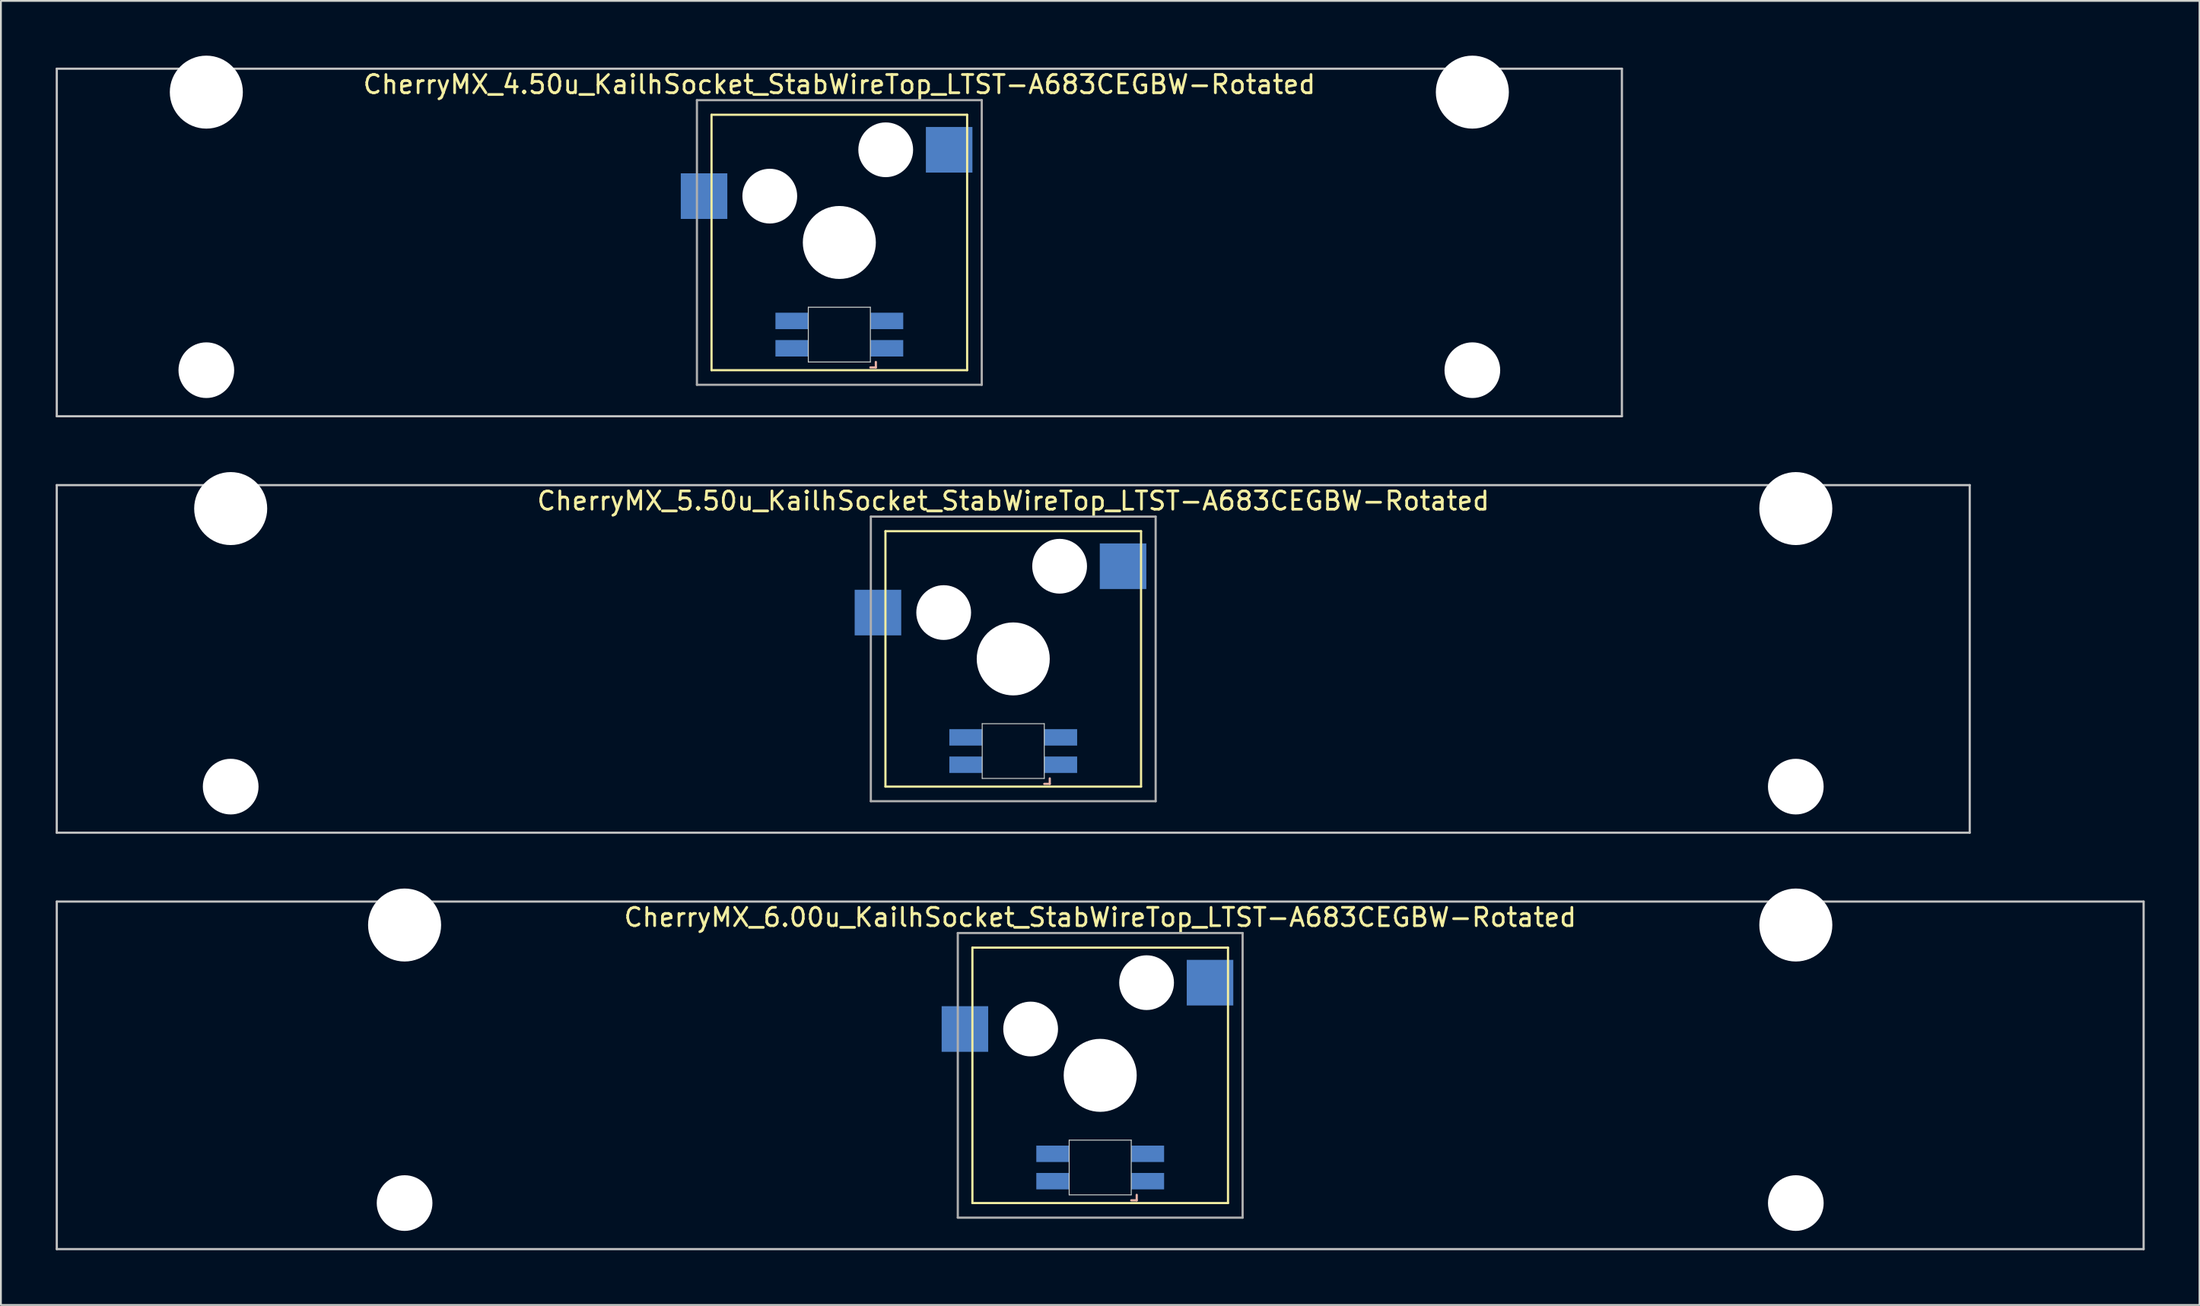
<source format=kicad_pcb>
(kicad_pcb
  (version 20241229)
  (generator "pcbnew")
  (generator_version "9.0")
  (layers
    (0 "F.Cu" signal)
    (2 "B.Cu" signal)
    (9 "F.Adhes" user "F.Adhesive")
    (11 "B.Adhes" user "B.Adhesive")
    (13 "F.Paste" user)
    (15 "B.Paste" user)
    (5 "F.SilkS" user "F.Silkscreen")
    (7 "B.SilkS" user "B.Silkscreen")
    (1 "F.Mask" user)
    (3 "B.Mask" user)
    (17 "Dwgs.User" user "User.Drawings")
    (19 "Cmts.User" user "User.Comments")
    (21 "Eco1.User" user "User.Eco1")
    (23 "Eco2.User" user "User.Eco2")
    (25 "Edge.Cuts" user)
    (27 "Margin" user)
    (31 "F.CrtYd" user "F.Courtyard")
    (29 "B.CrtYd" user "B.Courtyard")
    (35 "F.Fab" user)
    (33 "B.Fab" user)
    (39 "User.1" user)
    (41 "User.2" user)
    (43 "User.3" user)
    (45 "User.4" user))
  (footprint "CherryMX_5.50u_KailhSocket_StabWireTop_LTST-A683CEGBW-Rotated"
    (layer "F.Cu")
    (at 52.447 33.065)
    (property "Reference" "CherryMX_5.50u_KailhSocket_StabWireTop_LTST-A683CEGBW-Rotated" (at 0 -8.662 0) (layer "F.SilkS") (effects (font (size 1 1) (thickness 0.15))))
    (attr through_hole)
    (fp_line (start -7 -7) (end -7 7) (stroke (width 0.12) (type solid)) (layer "F.SilkS"))
    (fp_line (start -7 -7) (end 7 -7) (stroke (width 0.12) (type solid)) (layer "F.SilkS"))
    (fp_line (start 7 -7) (end 7 7) (stroke (width 0.12) (type solid)) (layer "F.SilkS"))
    (fp_line (start 7 7) (end -7 7) (stroke (width 0.12) (type solid)) (layer "F.SilkS"))
    (fp_line (start 1.7 6.85) (end 2 6.85) (stroke (width 0.12) (type solid)) (layer "B.SilkS"))
    (fp_line (start 2 6.85) (end 2 6.55) (stroke (width 0.12) (type solid)) (layer "B.SilkS"))
    (fp_line (start -52.388 -9.525) (end 52.388 -9.525) (stroke (width 0.12) (type solid)) (layer "Dwgs.User"))
    (fp_line (start -52.388 9.525) (end -52.388 -9.525) (stroke (width 0.12) (type solid)) (layer "Dwgs.User"))
    (fp_line (start 52.388 -9.525) (end 52.388 9.525) (stroke (width 0.12) (type solid)) (layer "Dwgs.User"))
    (fp_line (start 52.388 9.525) (end -52.388 9.525) (stroke (width 0.12) (type solid)) (layer "Dwgs.User"))
    (fp_line (start -1.7 3.55) (end 1.7 3.55) (stroke (width 0.05) (type solid)) (layer "Edge.Cuts"))
    (fp_line (start -1.7 6.55) (end -1.7 3.55) (stroke (width 0.05) (type solid)) (layer "Edge.Cuts"))
    (fp_line (start 1.7 3.55) (end 1.7 6.55) (stroke (width 0.05) (type solid)) (layer "Edge.Cuts"))
    (fp_line (start 1.7 6.55) (end -1.7 6.55) (stroke (width 0.05) (type solid)) (layer "Edge.Cuts"))
    (fp_line (start -7.8 -7.8) (end -7.8 7.8) (stroke (width 0.12) (type solid)) (layer "F.Fab"))
    (fp_line (start -7.8 -7.8) (end 7.8 -7.8) (stroke (width 0.12) (type solid)) (layer "F.Fab"))
    (fp_line (start -7.8 7.8) (end 7.8 7.8) (stroke (width 0.12) (type solid)) (layer "F.Fab"))
    (fp_line (start 7.8 -7.8) (end 7.8 7.8) (stroke (width 0.12) (type solid)) (layer "F.Fab"))
    (pad "" np_thru_hole circle (at -42.862 -8.24) (size 4 4) (drill 4) (layers "*.Cu" "*.Mask"))
    (pad "" np_thru_hole circle (at -42.862 7) (size 3.05 3.05) (drill 3.05) (layers "*.Cu" "*.Mask"))
    (pad "" np_thru_hole circle (at -3.81 -2.54) (size 3 3) (drill 3) (layers "*.Cu" "*.Mask"))
    (pad "" np_thru_hole circle (at 0 0) (size 4 4) (drill 4) (layers "*.Cu" "*.Mask"))
    (pad "" np_thru_hole circle (at 2.54 -5.08) (size 3 3) (drill 3) (layers "*.Cu" "*.Mask"))
    (pad "" np_thru_hole circle (at 42.862 -8.24) (size 4 4) (drill 4) (layers "*.Cu" "*.Mask"))
    (pad "" np_thru_hole circle (at 42.862 7) (size 3.05 3.05) (drill 3.05) (layers "*.Cu" "*.Mask"))
    (pad "1" smd rect (at -7.41 -2.54) (size 2.55 2.5) (layers "B.Cu" "B.Mask" "B.Paste"))
    (pad "2" smd rect (at 6.015 -5.08) (size 2.55 2.5) (layers "B.Cu" "B.Mask" "B.Paste"))
    (pad "3" smd rect (at 2.6 5.8) (size 1.8 0.9) (layers "B.Cu" "B.Mask" "B.Paste"))
    (pad "4" smd rect (at 2.6 4.3) (size 1.8 0.9) (layers "B.Cu" "B.Mask" "B.Paste"))
    (pad "5" smd rect (at -2.6 5.8) (size 1.8 0.9) (layers "B.Cu" "B.Mask" "B.Paste"))
    (pad "6" smd rect (at -2.6 4.3) (size 1.8 0.9) (layers "B.Cu" "B.Mask" "B.Paste")))
  (footprint "CherryMX_4.50u_KailhSocket_StabWireTop_LTST-A683CEGBW-Rotated"
    (layer "F.Cu")
    (at 42.922 10.24)
    (property "Reference" "CherryMX_4.50u_KailhSocket_StabWireTop_LTST-A683CEGBW-Rotated" (at 0 -8.662 0) (layer "F.SilkS") (effects (font (size 1 1) (thickness 0.15))))
    (attr through_hole)
    (fp_line (start -7 -7) (end -7 7) (stroke (width 0.12) (type solid)) (layer "F.SilkS"))
    (fp_line (start -7 -7) (end 7 -7) (stroke (width 0.12) (type solid)) (layer "F.SilkS"))
    (fp_line (start 7 -7) (end 7 7) (stroke (width 0.12) (type solid)) (layer "F.SilkS"))
    (fp_line (start 7 7) (end -7 7) (stroke (width 0.12) (type solid)) (layer "F.SilkS"))
    (fp_line (start 1.7 6.85) (end 2 6.85) (stroke (width 0.12) (type solid)) (layer "B.SilkS"))
    (fp_line (start 2 6.85) (end 2 6.55) (stroke (width 0.12) (type solid)) (layer "B.SilkS"))
    (fp_line (start -42.862 -9.525) (end 42.862 -9.525) (stroke (width 0.12) (type solid)) (layer "Dwgs.User"))
    (fp_line (start -42.862 9.525) (end -42.862 -9.525) (stroke (width 0.12) (type solid)) (layer "Dwgs.User"))
    (fp_line (start 42.862 -9.525) (end 42.862 9.525) (stroke (width 0.12) (type solid)) (layer "Dwgs.User"))
    (fp_line (start 42.862 9.525) (end -42.862 9.525) (stroke (width 0.12) (type solid)) (layer "Dwgs.User"))
    (fp_line (start -1.7 3.55) (end 1.7 3.55) (stroke (width 0.05) (type solid)) (layer "Edge.Cuts"))
    (fp_line (start -1.7 6.55) (end -1.7 3.55) (stroke (width 0.05) (type solid)) (layer "Edge.Cuts"))
    (fp_line (start 1.7 3.55) (end 1.7 6.55) (stroke (width 0.05) (type solid)) (layer "Edge.Cuts"))
    (fp_line (start 1.7 6.55) (end -1.7 6.55) (stroke (width 0.05) (type solid)) (layer "Edge.Cuts"))
    (fp_line (start -7.8 -7.8) (end -7.8 7.8) (stroke (width 0.12) (type solid)) (layer "F.Fab"))
    (fp_line (start -7.8 -7.8) (end 7.8 -7.8) (stroke (width 0.12) (type solid)) (layer "F.Fab"))
    (fp_line (start -7.8 7.8) (end 7.8 7.8) (stroke (width 0.12) (type solid)) (layer "F.Fab"))
    (fp_line (start 7.8 -7.8) (end 7.8 7.8) (stroke (width 0.12) (type solid)) (layer "F.Fab"))
    (pad "" np_thru_hole circle (at -34.671 -8.24) (size 4 4) (drill 4) (layers "*.Cu" "*.Mask"))
    (pad "" np_thru_hole circle (at -34.671 7) (size 3.05 3.05) (drill 3.05) (layers "*.Cu" "*.Mask"))
    (pad "" np_thru_hole circle (at -3.81 -2.54) (size 3 3) (drill 3) (layers "*.Cu" "*.Mask"))
    (pad "" np_thru_hole circle (at 0 0) (size 4 4) (drill 4) (layers "*.Cu" "*.Mask"))
    (pad "" np_thru_hole circle (at 2.54 -5.08) (size 3 3) (drill 3) (layers "*.Cu" "*.Mask"))
    (pad "" np_thru_hole circle (at 34.671 -8.24) (size 4 4) (drill 4) (layers "*.Cu" "*.Mask"))
    (pad "" np_thru_hole circle (at 34.671 7) (size 3.05 3.05) (drill 3.05) (layers "*.Cu" "*.Mask"))
    (pad "1" smd rect (at -7.41 -2.54) (size 2.55 2.5) (layers "B.Cu" "B.Mask" "B.Paste"))
    (pad "2" smd rect (at 6.015 -5.08) (size 2.55 2.5) (layers "B.Cu" "B.Mask" "B.Paste"))
    (pad "3" smd rect (at 2.6 5.8) (size 1.8 0.9) (layers "B.Cu" "B.Mask" "B.Paste"))
    (pad "4" smd rect (at 2.6 4.3) (size 1.8 0.9) (layers "B.Cu" "B.Mask" "B.Paste"))
    (pad "5" smd rect (at -2.6 5.8) (size 1.8 0.9) (layers "B.Cu" "B.Mask" "B.Paste"))
    (pad "6" smd rect (at -2.6 4.3) (size 1.8 0.9) (layers "B.Cu" "B.Mask" "B.Paste")))
  (footprint "CherryMX_6.00u_KailhSocket_StabWireTop_LTST-A683CEGBW-Rotated"
    (layer "F.Cu")
    (at 57.21 55.89)
    (property "Reference" "CherryMX_6.00u_KailhSocket_StabWireTop_LTST-A683CEGBW-Rotated" (at 0 -8.662 0) (layer "F.SilkS") (effects (font (size 1 1) (thickness 0.15))))
    (attr through_hole)
    (fp_line (start -7 -7) (end -7 7) (stroke (width 0.12) (type solid)) (layer "F.SilkS"))
    (fp_line (start -7 -7) (end 7 -7) (stroke (width 0.12) (type solid)) (layer "F.SilkS"))
    (fp_line (start 7 -7) (end 7 7) (stroke (width 0.12) (type solid)) (layer "F.SilkS"))
    (fp_line (start 7 7) (end -7 7) (stroke (width 0.12) (type solid)) (layer "F.SilkS"))
    (fp_line (start 1.7 6.85) (end 2 6.85) (stroke (width 0.12) (type solid)) (layer "B.SilkS"))
    (fp_line (start 2 6.85) (end 2 6.55) (stroke (width 0.12) (type solid)) (layer "B.SilkS"))
    (fp_line (start -57.15 -9.525) (end 57.15 -9.525) (stroke (width 0.12) (type solid)) (layer "Dwgs.User"))
    (fp_line (start -57.15 9.525) (end -57.15 -9.525) (stroke (width 0.12) (type solid)) (layer "Dwgs.User"))
    (fp_line (start 57.15 -9.525) (end 57.15 9.525) (stroke (width 0.12) (type solid)) (layer "Dwgs.User"))
    (fp_line (start 57.15 9.525) (end -57.15 9.525) (stroke (width 0.12) (type solid)) (layer "Dwgs.User"))
    (fp_line (start -1.7 3.55) (end 1.7 3.55) (stroke (width 0.05) (type solid)) (layer "Edge.Cuts"))
    (fp_line (start -1.7 6.55) (end -1.7 3.55) (stroke (width 0.05) (type solid)) (layer "Edge.Cuts"))
    (fp_line (start 1.7 3.55) (end 1.7 6.55) (stroke (width 0.05) (type solid)) (layer "Edge.Cuts"))
    (fp_line (start 1.7 6.55) (end -1.7 6.55) (stroke (width 0.05) (type solid)) (layer "Edge.Cuts"))
    (fp_line (start -7.8 -7.8) (end -7.8 7.8) (stroke (width 0.12) (type solid)) (layer "F.Fab"))
    (fp_line (start -7.8 -7.8) (end 7.8 -7.8) (stroke (width 0.12) (type solid)) (layer "F.Fab"))
    (fp_line (start -7.8 7.8) (end 7.8 7.8) (stroke (width 0.12) (type solid)) (layer "F.Fab"))
    (fp_line (start 7.8 -7.8) (end 7.8 7.8) (stroke (width 0.12) (type solid)) (layer "F.Fab"))
    (pad "" np_thru_hole circle (at -38.1 -8.24) (size 4 4) (drill 4) (layers "*.Cu" "*.Mask"))
    (pad "" np_thru_hole circle (at -38.1 7) (size 3.05 3.05) (drill 3.05) (layers "*.Cu" "*.Mask"))
    (pad "" np_thru_hole circle (at -3.81 -2.54) (size 3 3) (drill 3) (layers "*.Cu" "*.Mask"))
    (pad "" np_thru_hole circle (at 0 0) (size 4 4) (drill 4) (layers "*.Cu" "*.Mask"))
    (pad "" np_thru_hole circle (at 2.54 -5.08) (size 3 3) (drill 3) (layers "*.Cu" "*.Mask"))
    (pad "" np_thru_hole circle (at 38.1 -8.24) (size 4 4) (drill 4) (layers "*.Cu" "*.Mask"))
    (pad "" np_thru_hole circle (at 38.1 7) (size 3.05 3.05) (drill 3.05) (layers "*.Cu" "*.Mask"))
    (pad "1" smd rect (at -7.41 -2.54) (size 2.55 2.5) (layers "B.Cu" "B.Mask" "B.Paste"))
    (pad "2" smd rect (at 6.015 -5.08) (size 2.55 2.5) (layers "B.Cu" "B.Mask" "B.Paste"))
    (pad "3" smd rect (at 2.6 5.8) (size 1.8 0.9) (layers "B.Cu" "B.Mask" "B.Paste"))
    (pad "4" smd rect (at 2.6 4.3) (size 1.8 0.9) (layers "B.Cu" "B.Mask" "B.Paste"))
    (pad "5" smd rect (at -2.6 5.8) (size 1.8 0.9) (layers "B.Cu" "B.Mask" "B.Paste"))
    (pad "6" smd rect (at -2.6 4.3) (size 1.8 0.9) (layers "B.Cu" "B.Mask" "B.Paste")))
  (gr_rect
    (start -3 -3)
    (end 117.42 68.475)
    (stroke (width 0.1) (type default))
    (fill no)
    (layer "Edge.Cuts")))
</source>
